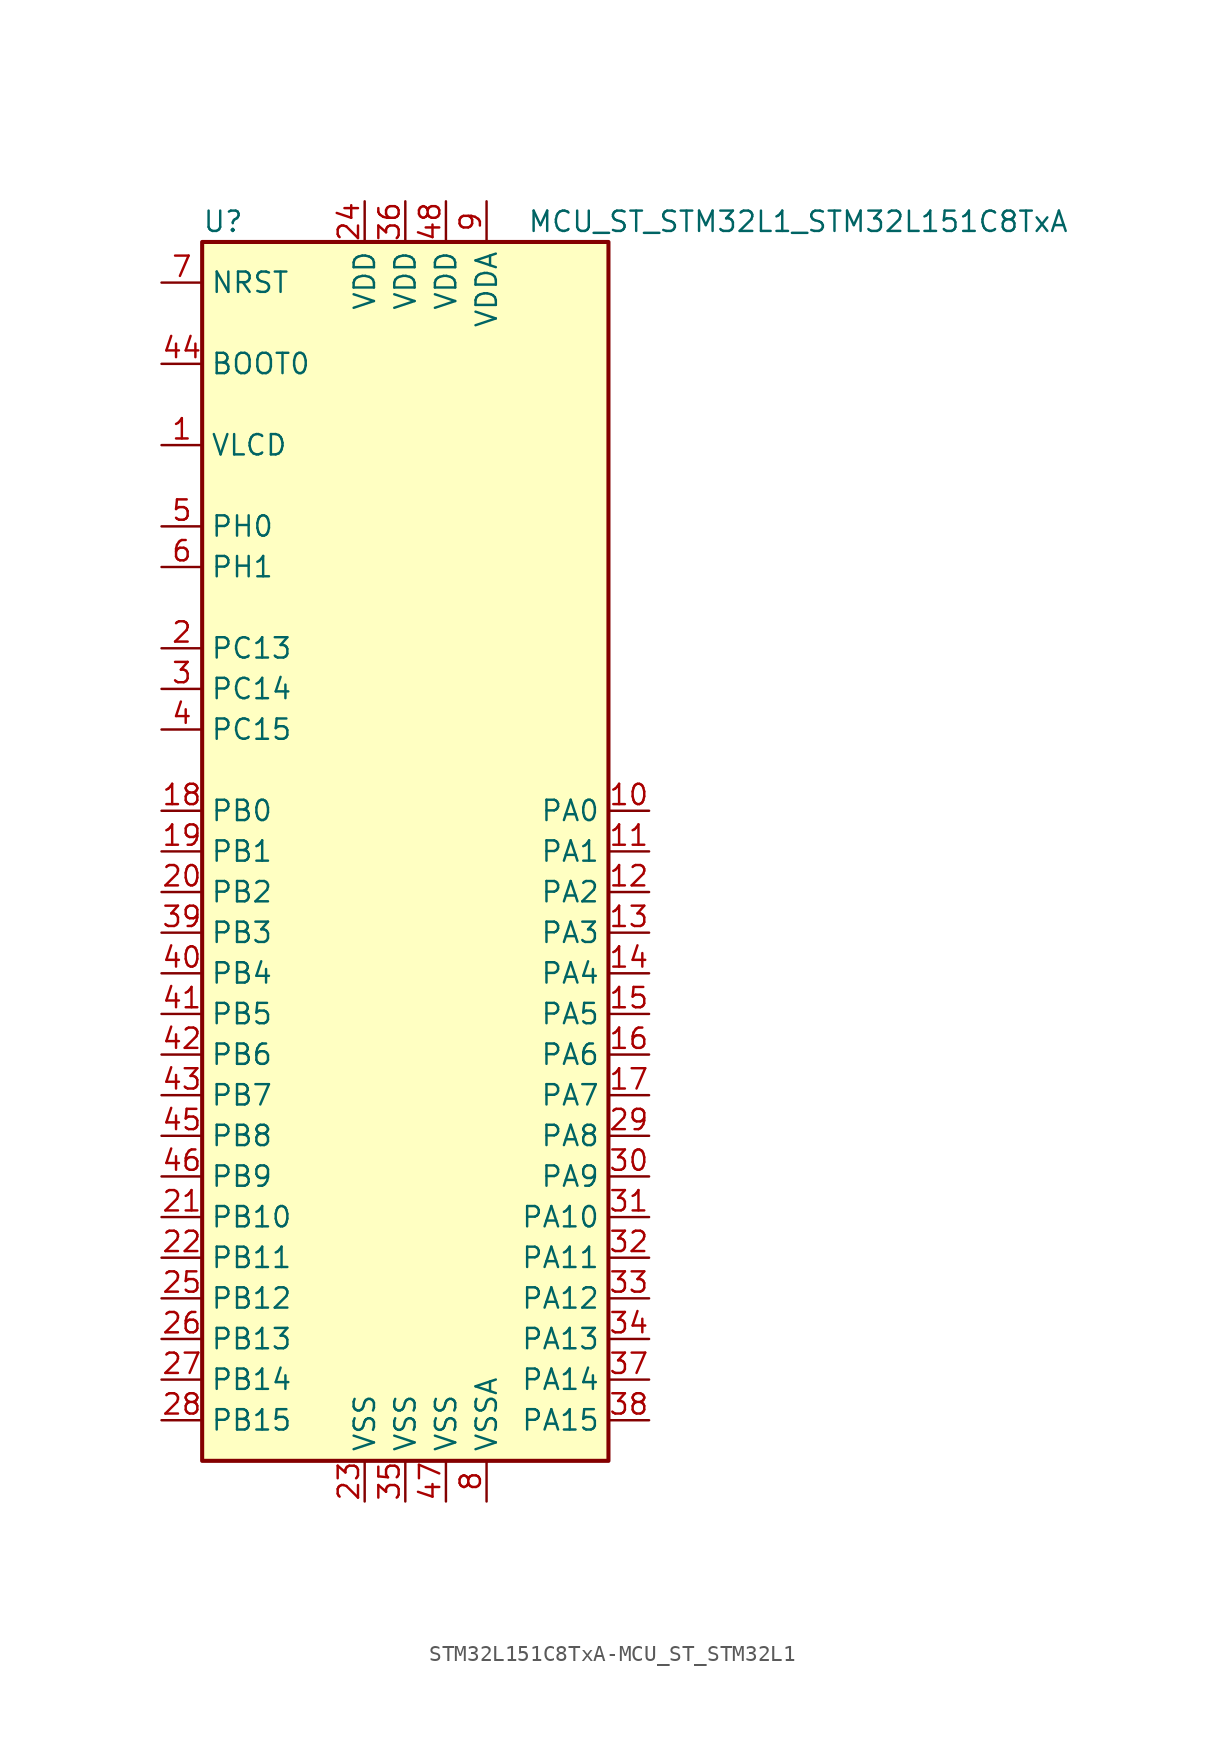
<source format=kicad_sym>
(kicad_symbol_lib
  (version 20231120)
  (generator "kicad_symbol_editor")
  (generator_version "8.0")
  (symbol "STM32L151C8TxA-MCU_ST_STM32L1"
    (property "Reference" "U"
      (at -12.7 39.37 0)
      (effects (font (size 1.27 1.27)) (justify left)))
    (property "Value" "MCU_ST_STM32L1_STM32L151C8TxA"
      (at 7.62 39.37 0)
      (effects (font (size 1.27 1.27)) (justify left)))
    (symbol "STM32L151C8TxA-MCU_ST_STM32L1_0_1"
      (rectangle (start -12.7 -38.1) (end 12.7 38.1) (stroke (width 0.254) (type solid)) (fill (type background))))
    (symbol "STM32L151C8TxA-MCU_ST_STM32L1_1_1"
      (pin power_in line (at -15.24 25.4 0) (length 2.54) (name "VLCD" (effects (font (size 1.27 1.27)))) (number "1" (effects (font (size 1.27 1.27)))))
      (pin bidirectional line (at 15.24 2.54 180) (length 2.54) (name "PA0" (effects (font (size 1.27 1.27)))) (number "10" (effects (font (size 1.27 1.27)))))
      (pin bidirectional line (at 15.24 0 180) (length 2.54) (name "PA1" (effects (font (size 1.27 1.27)))) (number "11" (effects (font (size 1.27 1.27)))))
      (pin bidirectional line (at 15.24 -2.54 180) (length 2.54) (name "PA2" (effects (font (size 1.27 1.27)))) (number "12" (effects (font (size 1.27 1.27)))))
      (pin bidirectional line (at 15.24 -5.08 180) (length 2.54) (name "PA3" (effects (font (size 1.27 1.27)))) (number "13" (effects (font (size 1.27 1.27)))))
      (pin bidirectional line (at 15.24 -7.62 180) (length 2.54) (name "PA4" (effects (font (size 1.27 1.27)))) (number "14" (effects (font (size 1.27 1.27)))))
      (pin bidirectional line (at 15.24 -10.16 180) (length 2.54) (name "PA5" (effects (font (size 1.27 1.27)))) (number "15" (effects (font (size 1.27 1.27)))))
      (pin bidirectional line (at 15.24 -12.7 180) (length 2.54) (name "PA6" (effects (font (size 1.27 1.27)))) (number "16" (effects (font (size 1.27 1.27)))))
      (pin bidirectional line (at 15.24 -15.24 180) (length 2.54) (name "PA7" (effects (font (size 1.27 1.27)))) (number "17" (effects (font (size 1.27 1.27)))))
      (pin bidirectional line (at -15.24 2.54 0) (length 2.54) (name "PB0" (effects (font (size 1.27 1.27)))) (number "18" (effects (font (size 1.27 1.27)))))
      (pin bidirectional line (at -15.24 0 0) (length 2.54) (name "PB1" (effects (font (size 1.27 1.27)))) (number "19" (effects (font (size 1.27 1.27)))))
      (pin bidirectional line (at -15.24 12.7 0) (length 2.54) (name "PC13" (effects (font (size 1.27 1.27)))) (number "2" (effects (font (size 1.27 1.27)))))
      (pin bidirectional line (at -15.24 -2.54 0) (length 2.54) (name "PB2" (effects (font (size 1.27 1.27)))) (number "20" (effects (font (size 1.27 1.27)))))
      (pin bidirectional line (at -15.24 -22.86 0) (length 2.54) (name "PB10" (effects (font (size 1.27 1.27)))) (number "21" (effects (font (size 1.27 1.27)))))
      (pin bidirectional line (at -15.24 -25.4 0) (length 2.54) (name "PB11" (effects (font (size 1.27 1.27)))) (number "22" (effects (font (size 1.27 1.27)))))
      (pin power_in line (at -2.54 -40.64 90) (length 2.54) (name "VSS" (effects (font (size 1.27 1.27)))) (number "23" (effects (font (size 1.27 1.27)))))
      (pin power_in line (at -2.54 40.64 270) (length 2.54) (name "VDD" (effects (font (size 1.27 1.27)))) (number "24" (effects (font (size 1.27 1.27)))))
      (pin bidirectional line (at -15.24 -27.94 0) (length 2.54) (name "PB12" (effects (font (size 1.27 1.27)))) (number "25" (effects (font (size 1.27 1.27)))))
      (pin bidirectional line (at -15.24 -30.48 0) (length 2.54) (name "PB13" (effects (font (size 1.27 1.27)))) (number "26" (effects (font (size 1.27 1.27)))))
      (pin bidirectional line (at -15.24 -33.02 0) (length 2.54) (name "PB14" (effects (font (size 1.27 1.27)))) (number "27" (effects (font (size 1.27 1.27)))))
      (pin bidirectional line (at -15.24 -35.56 0) (length 2.54) (name "PB15" (effects (font (size 1.27 1.27)))) (number "28" (effects (font (size 1.27 1.27)))))
      (pin bidirectional line (at 15.24 -17.78 180) (length 2.54) (name "PA8" (effects (font (size 1.27 1.27)))) (number "29" (effects (font (size 1.27 1.27)))))
      (pin bidirectional line (at -15.24 10.16 0) (length 2.54) (name "PC14" (effects (font (size 1.27 1.27)))) (number "3" (effects (font (size 1.27 1.27)))))
      (pin bidirectional line (at 15.24 -20.32 180) (length 2.54) (name "PA9" (effects (font (size 1.27 1.27)))) (number "30" (effects (font (size 1.27 1.27)))))
      (pin bidirectional line (at 15.24 -22.86 180) (length 2.54) (name "PA10" (effects (font (size 1.27 1.27)))) (number "31" (effects (font (size 1.27 1.27)))))
      (pin bidirectional line (at 15.24 -25.4 180) (length 2.54) (name "PA11" (effects (font (size 1.27 1.27)))) (number "32" (effects (font (size 1.27 1.27)))))
      (pin bidirectional line (at 15.24 -27.94 180) (length 2.54) (name "PA12" (effects (font (size 1.27 1.27)))) (number "33" (effects (font (size 1.27 1.27)))))
      (pin bidirectional line (at 15.24 -30.48 180) (length 2.54) (name "PA13" (effects (font (size 1.27 1.27)))) (number "34" (effects (font (size 1.27 1.27)))))
      (pin power_in line (at 0 -40.64 90) (length 2.54) (name "VSS" (effects (font (size 1.27 1.27)))) (number "35" (effects (font (size 1.27 1.27)))))
      (pin power_in line (at 0 40.64 270) (length 2.54) (name "VDD" (effects (font (size 1.27 1.27)))) (number "36" (effects (font (size 1.27 1.27)))))
      (pin bidirectional line (at 15.24 -33.02 180) (length 2.54) (name "PA14" (effects (font (size 1.27 1.27)))) (number "37" (effects (font (size 1.27 1.27)))))
      (pin bidirectional line (at 15.24 -35.56 180) (length 2.54) (name "PA15" (effects (font (size 1.27 1.27)))) (number "38" (effects (font (size 1.27 1.27)))))
      (pin bidirectional line (at -15.24 -5.08 0) (length 2.54) (name "PB3" (effects (font (size 1.27 1.27)))) (number "39" (effects (font (size 1.27 1.27)))))
      (pin bidirectional line (at -15.24 7.62 0) (length 2.54) (name "PC15" (effects (font (size 1.27 1.27)))) (number "4" (effects (font (size 1.27 1.27)))))
      (pin bidirectional line (at -15.24 -7.62 0) (length 2.54) (name "PB4" (effects (font (size 1.27 1.27)))) (number "40" (effects (font (size 1.27 1.27)))))
      (pin bidirectional line (at -15.24 -10.16 0) (length 2.54) (name "PB5" (effects (font (size 1.27 1.27)))) (number "41" (effects (font (size 1.27 1.27)))))
      (pin bidirectional line (at -15.24 -12.7 0) (length 2.54) (name "PB6" (effects (font (size 1.27 1.27)))) (number "42" (effects (font (size 1.27 1.27)))))
      (pin bidirectional line (at -15.24 -15.24 0) (length 2.54) (name "PB7" (effects (font (size 1.27 1.27)))) (number "43" (effects (font (size 1.27 1.27)))))
      (pin input line (at -15.24 30.48 0) (length 2.54) (name "BOOT0" (effects (font (size 1.27 1.27)))) (number "44" (effects (font (size 1.27 1.27)))))
      (pin bidirectional line (at -15.24 -17.78 0) (length 2.54) (name "PB8" (effects (font (size 1.27 1.27)))) (number "45" (effects (font (size 1.27 1.27)))))
      (pin bidirectional line (at -15.24 -20.32 0) (length 2.54) (name "PB9" (effects (font (size 1.27 1.27)))) (number "46" (effects (font (size 1.27 1.27)))))
      (pin power_in line (at 2.54 -40.64 90) (length 2.54) (name "VSS" (effects (font (size 1.27 1.27)))) (number "47" (effects (font (size 1.27 1.27)))))
      (pin power_in line (at 2.54 40.64 270) (length 2.54) (name "VDD" (effects (font (size 1.27 1.27)))) (number "48" (effects (font (size 1.27 1.27)))))
      (pin input line (at -15.24 20.32 0) (length 2.54) (name "PH0" (effects (font (size 1.27 1.27)))) (number "5" (effects (font (size 1.27 1.27)))))
      (pin input line (at -15.24 17.78 0) (length 2.54) (name "PH1" (effects (font (size 1.27 1.27)))) (number "6" (effects (font (size 1.27 1.27)))))
      (pin input line (at -15.24 35.56 0) (length 2.54) (name "NRST" (effects (font (size 1.27 1.27)))) (number "7" (effects (font (size 1.27 1.27)))))
      (pin power_in line (at 5.08 -40.64 90) (length 2.54) (name "VSSA" (effects (font (size 1.27 1.27)))) (number "8" (effects (font (size 1.27 1.27)))))
      (pin power_in line (at 5.08 40.64 270) (length 2.54) (name "VDDA" (effects (font (size 1.27 1.27)))) (number "9" (effects (font (size 1.27 1.27))))))))
</source>
